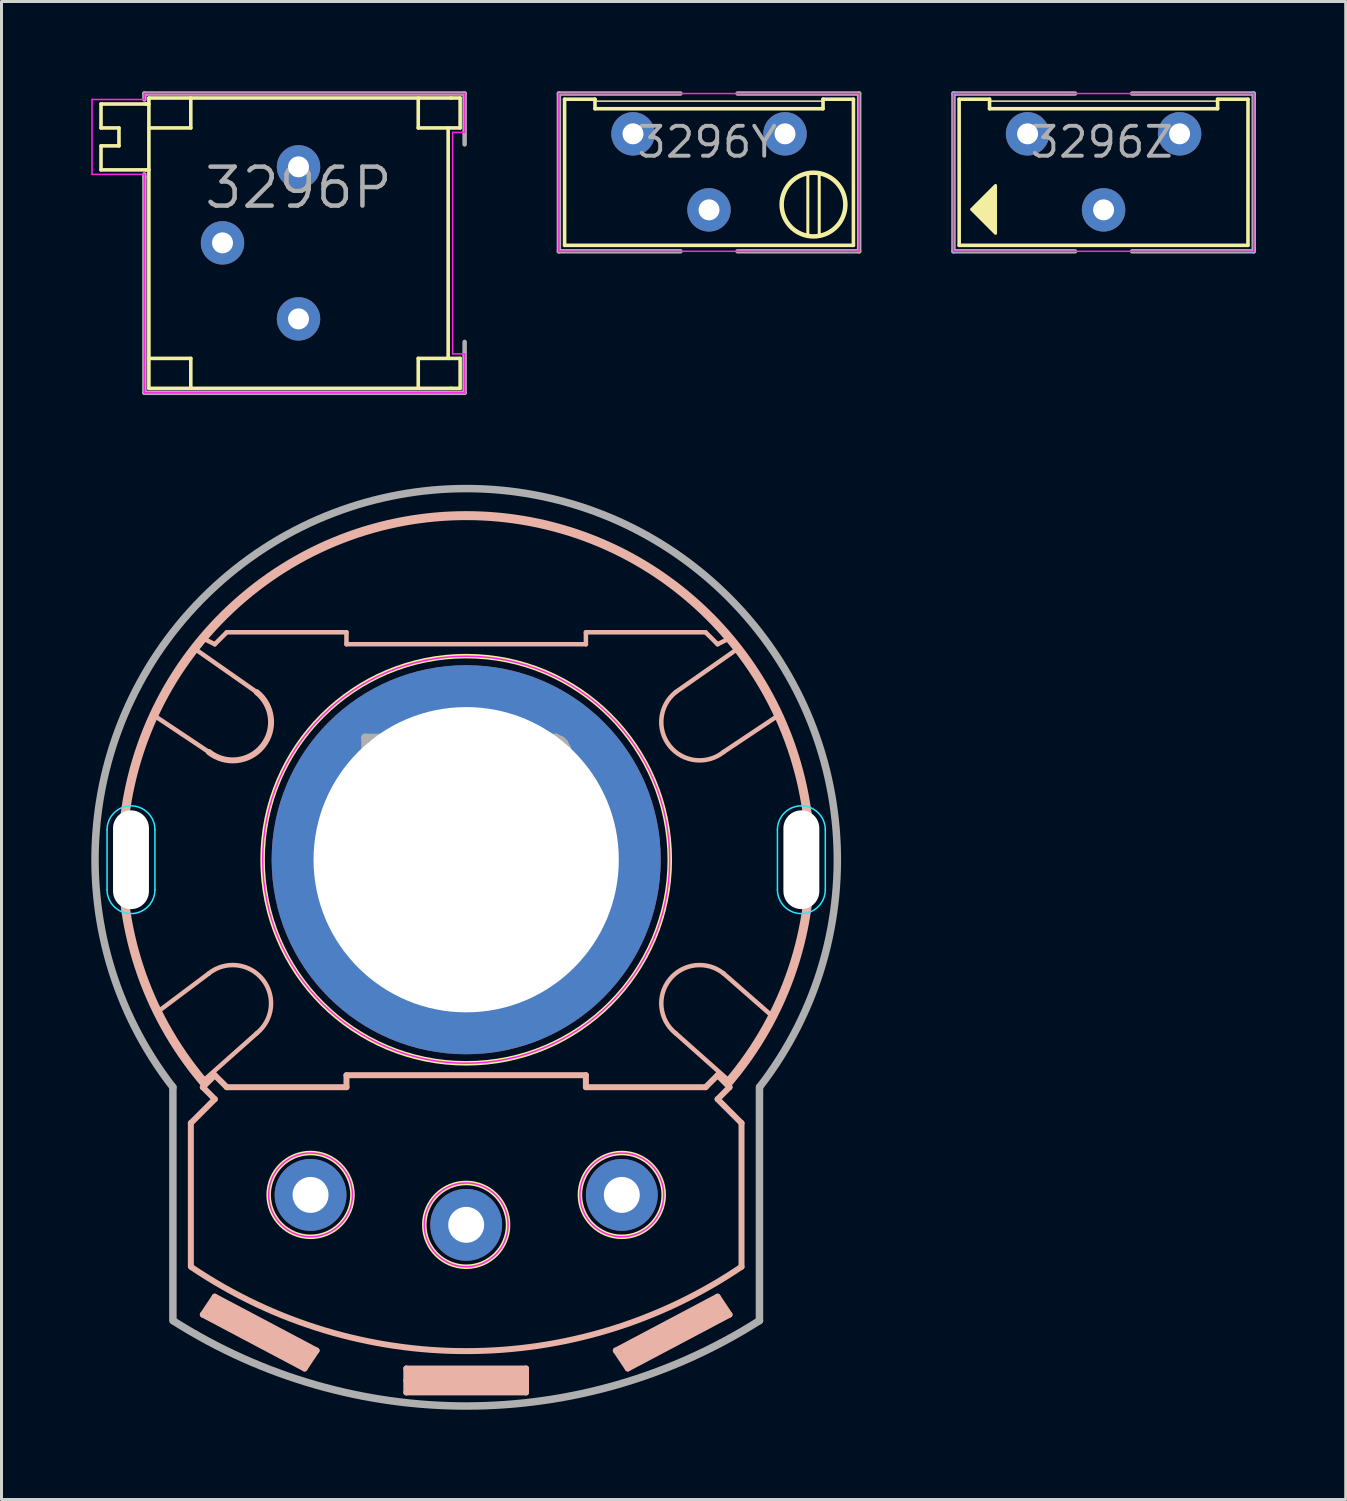
<source format=kicad_pcb>
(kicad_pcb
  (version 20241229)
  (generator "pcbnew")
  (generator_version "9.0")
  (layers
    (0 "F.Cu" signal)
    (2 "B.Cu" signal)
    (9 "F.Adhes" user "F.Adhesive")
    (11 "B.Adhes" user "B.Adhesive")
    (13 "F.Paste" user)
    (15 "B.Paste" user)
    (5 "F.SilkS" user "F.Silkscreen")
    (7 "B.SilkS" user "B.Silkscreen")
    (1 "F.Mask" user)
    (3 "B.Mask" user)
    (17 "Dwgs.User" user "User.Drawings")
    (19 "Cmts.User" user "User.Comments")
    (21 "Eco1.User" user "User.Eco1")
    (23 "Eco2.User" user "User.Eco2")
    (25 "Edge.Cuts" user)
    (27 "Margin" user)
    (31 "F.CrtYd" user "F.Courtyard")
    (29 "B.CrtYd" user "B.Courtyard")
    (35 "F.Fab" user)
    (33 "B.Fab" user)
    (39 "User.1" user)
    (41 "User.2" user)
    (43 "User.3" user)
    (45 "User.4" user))
  (footprint "3296P"
    (layer "F.Cu")
    (at 6.925 5.025)
    (property "Reference" "3296P" (at 0 -1.8 0) (layer "F.Fab") (effects (font (size 1.3 1.3) (thickness 0.15))))
    (attr through_hole)
    (fp_line (start -6.6 -4.6) (end -6.6 -3.8) (stroke (width 0.12) (type solid)) (layer "F.SilkS"))
    (fp_line (start -6.6 -3.8) (end -6 -3.8) (stroke (width 0.12) (type solid)) (layer "F.SilkS"))
    (fp_line (start -6.6 -3.2) (end -6.6 -2.4) (stroke (width 0.12) (type solid)) (layer "F.SilkS"))
    (fp_line (start -6.6 -2.4) (end -5.1 -2.4) (stroke (width 0.12) (type solid)) (layer "F.SilkS"))
    (fp_line (start -6 -3.8) (end -6 -3.2) (stroke (width 0.12) (type solid)) (layer "F.SilkS"))
    (fp_line (start -6 -3.2) (end -6.6 -3.2) (stroke (width 0.12) (type solid)) (layer "F.SilkS"))
    (fp_line (start -5.1 -4.6) (end -6.6 -4.6) (stroke (width 0.12) (type solid)) (layer "F.SilkS"))
    (fp_line (start -5.1 -4.6) (end -5.05 -4.6) (stroke (width 0.12) (type solid)) (layer "F.SilkS"))
    (fp_line (start -5.1 -2.4) (end -5 -2.4) (stroke (width 0.12) (type solid)) (layer "F.SilkS"))
    (fp_line (start -5.05 -4.6) (end -5 -4.6) (stroke (width 0.12) (type solid)) (layer "F.SilkS"))
    (fp_line (start -5 -4.8) (end 5.1 -4.8) (stroke (width 0.12) (type solid)) (layer "F.SilkS"))
    (fp_line (start -5 4.9) (end -5 -4.8) (stroke (width 0.12) (type solid)) (layer "F.SilkS"))
    (fp_line (start -5 4.9) (end 5.1 4.9) (stroke (width 0.12) (type solid)) (layer "F.SilkS"))
    (fp_line (start -3.6 -4.8) (end -3.6 -3.8) (stroke (width 0.12) (type solid)) (layer "F.SilkS"))
    (fp_line (start -3.6 -3.8) (end -5 -3.8) (stroke (width 0.12) (type solid)) (layer "F.SilkS"))
    (fp_line (start -3.6 3.9) (end -5 3.9) (stroke (width 0.12) (type solid)) (layer "F.SilkS"))
    (fp_line (start -3.6 3.9) (end -3.6 4.9) (stroke (width 0.12) (type solid)) (layer "F.SilkS"))
    (fp_line (start 4 -4.8) (end 4 -3.8) (stroke (width 0.12) (type solid)) (layer "F.SilkS"))
    (fp_line (start 4 3.9) (end 4 4.9) (stroke (width 0.12) (type solid)) (layer "F.SilkS"))
    (fp_line (start 5 3.9) (end 5 -3.8) (stroke (width 0.12) (type solid)) (layer "F.SilkS"))
    (fp_line (start 5.1 -4.8) (end 5.4 -4.8) (stroke (width 0.12) (type solid)) (layer "F.SilkS"))
    (fp_line (start 5.4 -4.8) (end 5.4 -3.8) (stroke (width 0.12) (type solid)) (layer "F.SilkS"))
    (fp_line (start 5.4 -3.8) (end 4 -3.8) (stroke (width 0.12) (type solid)) (layer "F.SilkS"))
    (fp_line (start 5.4 3.9) (end 4 3.9) (stroke (width 0.12) (type solid)) (layer "F.SilkS"))
    (fp_line (start 5.4 3.9) (end 5.4 4.9) (stroke (width 0.12) (type solid)) (layer "F.SilkS"))
    (fp_line (start 5.4 4.9) (end 5.1 4.9) (stroke (width 0.12) (type solid)) (layer "F.SilkS"))
    (fp_line (start -6.9 -4.75) (end -6.9 -2.25) (stroke (width 0.05) (type solid)) (layer "F.CrtYd"))
    (fp_line (start -6.9 -2.25) (end -5.15 -2.25) (stroke (width 0.05) (type solid)) (layer "F.CrtYd"))
    (fp_line (start -5.15 -4.95) (end -5.15 -4.75) (stroke (width 0.05) (type solid)) (layer "F.CrtYd"))
    (fp_line (start -5.15 -4.75) (end -6.9 -4.75) (stroke (width 0.05) (type solid)) (layer "F.CrtYd"))
    (fp_line (start -5.15 -2.25) (end -5.15 5.05) (stroke (width 0.05) (type solid)) (layer "F.CrtYd"))
    (fp_line (start -5.15 5.05) (end 5.55 5.05) (stroke (width 0.05) (type solid)) (layer "F.CrtYd"))
    (fp_line (start 5.15 -3.65) (end 5.55 -3.65) (stroke (width 0.05) (type solid)) (layer "F.CrtYd"))
    (fp_line (start 5.15 3.75) (end 5.15 -3.65) (stroke (width 0.05) (type solid)) (layer "F.CrtYd"))
    (fp_line (start 5.55 -4.95) (end -5.15 -4.95) (stroke (width 0.05) (type solid)) (layer "F.CrtYd"))
    (fp_line (start 5.55 -3.65) (end 5.55 -4.95) (stroke (width 0.05) (type solid)) (layer "F.CrtYd"))
    (fp_line (start 5.55 3.75) (end 5.15 3.75) (stroke (width 0.05) (type solid)) (layer "F.CrtYd"))
    (fp_line (start 5.55 5.05) (end 5.55 3.75) (stroke (width 0.05) (type solid)) (layer "F.CrtYd"))
    (fp_line (start -5.15 -4.95) (end -5.15 -4.75) (stroke (width 0.15) (type solid)) (layer "F.Fab"))
    (fp_line (start -5.15 -2.15) (end -5.15 -2.25) (stroke (width 0.15) (type solid)) (layer "F.Fab"))
    (fp_line (start -5.15 -2.15) (end -5.15 5.05) (stroke (width 0.15) (type solid)) (layer "F.Fab"))
    (fp_line (start -5.15 5.05) (end 5.55 5.05) (stroke (width 0.15) (type solid)) (layer "F.Fab"))
    (fp_line (start 5.55 -4.95) (end -5.15 -4.95) (stroke (width 0.15) (type solid)) (layer "F.Fab"))
    (fp_line (start 5.55 -3.25) (end 5.55 -4.95) (stroke (width 0.15) (type solid)) (layer "F.Fab"))
    (fp_line (start 5.55 5.05) (end 5.55 3.35) (stroke (width 0.15) (type solid)) (layer "F.Fab"))
    (pad "1" thru_hole circle (at 0 -2.5) (size 1.45 1.45) (drill 0.7) (layers "*.Cu" "*.Mask"))
    (pad "2" thru_hole circle (at -2.54 0.04) (size 1.45 1.45) (drill 0.7) (layers "*.Cu" "*.Mask"))
    (pad "3" thru_hole circle (at 0 2.58) (size 1.45 1.45) (drill 0.7) (layers "*.Cu" "*.Mask")))
  (footprint "3296Y"
    (layer "F.Cu")
    (at 20.631 2.747)
    (property "Reference" "3296Y" (at -0.05 -1.05 0) (layer "F.Fab") (effects (font (size 1 1) (thickness 0.13))))
    (attr through_hole)
    (fp_line (start -4.816 -2.482) (end -3.8 -2.482) (stroke (width 0.12) (type solid)) (layer "F.SilkS"))
    (fp_line (start -4.815 2.4) (end -4.816 -2.482) (stroke (width 0.12) (type solid)) (layer "F.SilkS"))
    (fp_line (start -4.815 2.4) (end 4.835 2.4) (stroke (width 0.12) (type solid)) (layer "F.SilkS"))
    (fp_line (start -3.8 -2.482) (end -3.8 -2.164) (stroke (width 0.12) (type solid)) (layer "F.SilkS"))
    (fp_line (start -3.8 -2.418) (end 3.82 -2.418) (stroke (width 0.05) (type solid)) (layer "F.SilkS"))
    (fp_line (start -3.8 -2.164) (end 3.82 -2.164) (stroke (width 0.12) (type solid)) (layer "F.SilkS"))
    (fp_line (start 3.312 0.072) (end 3.312 2.104) (stroke (width 0.1) (type solid)) (layer "F.SilkS"))
    (fp_line (start 3.693 2.104) (end 3.693 0.072) (stroke (width 0.1) (type solid)) (layer "F.SilkS"))
    (fp_line (start 3.82 -2.482) (end 4.836 -2.482) (stroke (width 0.12) (type solid)) (layer "F.SilkS"))
    (fp_line (start 3.82 -2.164) (end 3.82 -2.482) (stroke (width 0.12) (type solid)) (layer "F.SilkS"))
    (fp_line (start 4.835 2.4) (end 4.836 -2.482) (stroke (width 0.12) (type solid)) (layer "F.SilkS"))
    (fp_circle (center 3.502 1.038) (end 3.82 2.054) (stroke (width 0.15) (type solid)) (fill no) (layer "F.SilkS"))
    (fp_line (start -5.006 -2.672) (end -5.006 2.6) (stroke (width 0.05) (type solid)) (layer "F.CrtYd"))
    (fp_line (start -5.006 -2.672) (end 5.027 -2.672) (stroke (width 0.05) (type solid)) (layer "F.CrtYd"))
    (fp_line (start 5.027 -2.672) (end 5.027 2.6) (stroke (width 0.05) (type solid)) (layer "F.CrtYd"))
    (fp_line (start 5.027 2.6) (end -5.006 2.6) (stroke (width 0.05) (type solid)) (layer "F.CrtYd"))
    (fp_line (start -5.006 -2.672) (end -5.006 2.6) (stroke (width 0.15) (type solid)) (layer "F.Fab"))
    (fp_line (start -0.943 -2.672) (end -5.006 -2.672) (stroke (width 0.15) (type solid)) (layer "F.Fab"))
    (fp_line (start -0.943 2.6) (end -5.006 2.6) (stroke (width 0.15) (type solid)) (layer "F.Fab"))
    (fp_line (start 5.027 -2.672) (end 0.963 -2.672) (stroke (width 0.15) (type solid)) (layer "F.Fab"))
    (fp_line (start 5.027 -2.672) (end 5.027 2.6) (stroke (width 0.15) (type solid)) (layer "F.Fab"))
    (fp_line (start 5.027 2.6) (end 0.963 2.6) (stroke (width 0.15) (type solid)) (layer "F.Fab"))
    (pad "1" thru_hole circle (at 2.55 -1.325) (size 1.45 1.45) (drill 0.7) (layers "*.Cu" "*.Mask"))
    (pad "2" thru_hole circle (at 0.01 1.215) (size 1.45 1.45) (drill 0.7) (layers "*.Cu" "*.Mask"))
    (pad "3" thru_hole circle (at -2.53 -1.325) (size 1.45 1.45) (drill 0.7) (layers "*.Cu" "*.Mask")))
  (footprint "P230"
    (layer "F.Cu")
    (at 12.527 25.677)
    (property "Reference" "P230" (at 0 -3 0) (layer "F.Fab") (effects (font (size 2 2) (thickness 0.25))))
    (attr through_hole)
    (fp_circle (center -5.2 11.2) (end -3.8 11.2) (stroke (width 0.15) (type solid)) (fill no) (layer "F.SilkS"))
    (fp_circle (center 0 0) (end 6.803 0) (stroke (width 0.15) (type solid)) (fill no) (layer "F.SilkS"))
    (fp_circle (center 0 12.2) (end 1.4 12.2) (stroke (width 0.15) (type solid)) (fill no) (layer "F.SilkS"))
    (fp_circle (center 5.2 11.2) (end 6.6 11.2) (stroke (width 0.15) (type solid)) (fill no) (layer "F.SilkS"))
    (fp_line (start -9.2 8.8) (end -9.2 13.6) (stroke (width 0.2) (type solid)) (layer "B.SilkS"))
    (fp_line (start -9.2 8.8) (end -8.4 8) (stroke (width 0.2) (type solid)) (layer "B.SilkS"))
    (fp_line (start -8.8 7.6) (end -8.4 7.2) (stroke (width 0.2) (type solid)) (layer "B.SilkS"))
    (fp_line (start -8.8 15.2) (end -8.4 14.6) (stroke (width 0.2) (type solid)) (layer "B.SilkS"))
    (fp_line (start -8.8 15.2) (end -5.4 17) (stroke (width 0.2) (type solid)) (layer "B.SilkS"))
    (fp_line (start -8.6 -3.6) (end -10.4 -4.8) (stroke (width 0.15) (type solid)) (layer "B.SilkS"))
    (fp_line (start -8.6 3.8) (end -10.2 5) (stroke (width 0.15) (type solid)) (layer "B.SilkS"))
    (fp_line (start -8.4 -7.2) (end -8.8 -7.4) (stroke (width 0.15) (type solid)) (layer "B.SilkS"))
    (fp_line (start -8.4 7.2) (end -8 7.6) (stroke (width 0.2) (type solid)) (layer "B.SilkS"))
    (fp_line (start -8.4 8) (end -8.8 7.6) (stroke (width 0.2) (type solid)) (layer "B.SilkS"))
    (fp_line (start -8.4 15) (end -5.4 16.6) (stroke (width 0.6) (type solid)) (layer "B.SilkS"))
    (fp_line (start -8 -7.6) (end -8.4 -7.2) (stroke (width 0.15) (type solid)) (layer "B.SilkS"))
    (fp_line (start -8 7.6) (end -4 7.6) (stroke (width 0.2) (type solid)) (layer "B.SilkS"))
    (fp_line (start -7 -5.6) (end -9 -7) (stroke (width 0.15) (type solid)) (layer "B.SilkS"))
    (fp_line (start -7 5.8) (end -8.8 7.4) (stroke (width 0.15) (type solid)) (layer "B.SilkS"))
    (fp_line (start -5.4 17) (end -5 16.4) (stroke (width 0.2) (type solid)) (layer "B.SilkS"))
    (fp_line (start -5 16.4) (end -8.4 14.6) (stroke (width 0.2) (type solid)) (layer "B.SilkS"))
    (fp_line (start -4 -7.6) (end -8 -7.6) (stroke (width 0.15) (type solid)) (layer "B.SilkS"))
    (fp_line (start -4 -7.2) (end -4 -7.6) (stroke (width 0.15) (type solid)) (layer "B.SilkS"))
    (fp_line (start -4 -7.2) (end 4 -7.2) (stroke (width 0.15) (type solid)) (layer "B.SilkS"))
    (fp_line (start -4 7.2) (end -4 7.6) (stroke (width 0.2) (type solid)) (layer "B.SilkS"))
    (fp_line (start -4 7.2) (end 4 7.2) (stroke (width 0.2) (type solid)) (layer "B.SilkS"))
    (fp_line (start -2 17) (end -2 17.8) (stroke (width 0.2) (type solid)) (layer "B.SilkS"))
    (fp_line (start -2 17) (end 2 17) (stroke (width 0.2) (type solid)) (layer "B.SilkS"))
    (fp_line (start -1.8 17.2) (end 1.8 17.2) (stroke (width 0.4) (type solid)) (layer "B.SilkS"))
    (fp_line (start -1.8 17.6) (end 1.8 17.6) (stroke (width 0.4) (type solid)) (layer "B.SilkS"))
    (fp_line (start 2 17) (end 2 17.8) (stroke (width 0.2) (type solid)) (layer "B.SilkS"))
    (fp_line (start 2 17.4) (end -2 17.4) (stroke (width 0.2) (type solid)) (layer "B.SilkS"))
    (fp_line (start 2 17.8) (end -2 17.8) (stroke (width 0.2) (type solid)) (layer "B.SilkS"))
    (fp_line (start 4 -7.6) (end 8 -7.6) (stroke (width 0.15) (type solid)) (layer "B.SilkS"))
    (fp_line (start 4 -7.2) (end 4 -7.6) (stroke (width 0.15) (type solid)) (layer "B.SilkS"))
    (fp_line (start 4 7.2) (end 4 7.6) (stroke (width 0.2) (type solid)) (layer "B.SilkS"))
    (fp_line (start 4 7.6) (end 8 7.6) (stroke (width 0.2) (type solid)) (layer "B.SilkS"))
    (fp_line (start 5 16.4) (end 8.4 14.6) (stroke (width 0.2) (type solid)) (layer "B.SilkS"))
    (fp_line (start 5.4 16.6) (end 8.4 15) (stroke (width 0.6) (type solid)) (layer "B.SilkS"))
    (fp_line (start 5.4 17) (end 5 16.4) (stroke (width 0.2) (type solid)) (layer "B.SilkS"))
    (fp_line (start 7 -5.6) (end 9 -7) (stroke (width 0.15) (type solid)) (layer "B.SilkS"))
    (fp_line (start 7 5.8) (end 8.8 7.4) (stroke (width 0.15) (type solid)) (layer "B.SilkS"))
    (fp_line (start 8 -7.6) (end 8.4 -7.2) (stroke (width 0.15) (type solid)) (layer "B.SilkS"))
    (fp_line (start 8 7.6) (end 8.4 7.2) (stroke (width 0.2) (type solid)) (layer "B.SilkS"))
    (fp_line (start 8.4 -7.2) (end 8.8 -7.4) (stroke (width 0.15) (type solid)) (layer "B.SilkS"))
    (fp_line (start 8.4 7.2) (end 8.8 7.6) (stroke (width 0.2) (type solid)) (layer "B.SilkS"))
    (fp_line (start 8.4 8) (end 9.2 8.8) (stroke (width 0.2) (type solid)) (layer "B.SilkS"))
    (fp_line (start 8.4 14.6) (end 8.8 15.2) (stroke (width 0.2) (type solid)) (layer "B.SilkS"))
    (fp_line (start 8.6 -3.6) (end 10.4 -4.8) (stroke (width 0.15) (type solid)) (layer "B.SilkS"))
    (fp_line (start 8.6 3.8) (end 10.2 5.2) (stroke (width 0.15) (type solid)) (layer "B.SilkS"))
    (fp_line (start 8.8 7.6) (end 8.4 8) (stroke (width 0.2) (type solid)) (layer "B.SilkS"))
    (fp_line (start 8.8 15.2) (end 5.4 17) (stroke (width 0.2) (type solid)) (layer "B.SilkS"))
    (fp_line (start 9.2 8.8) (end 9.2 13.6) (stroke (width 0.2) (type solid)) (layer "B.SilkS"))
    (fp_arc (start -8.8 7.4) (mid 0.037971 -11.497763) (end 8.750932 7.457961) (stroke (width 0.3) (type solid)) (layer "B.SilkS"))
    (fp_arc (start -8.6 3.8) (mid -6.8 4) (end -7 5.8) (stroke (width 0.15) (type solid)) (layer "B.SilkS"))
    (fp_arc (start -7 -5.6) (mid -6.8 -3.8) (end -8.6 -3.6) (stroke (width 0.2) (type solid)) (layer "B.SilkS"))
    (fp_arc (start 7 5.8) (mid 6.8 4) (end 8.6 3.8) (stroke (width 0.15) (type solid)) (layer "B.SilkS"))
    (fp_arc (start 8.6 -3.6) (mid 6.8 -3.8) (end 7 -5.6) (stroke (width 0.15) (type solid)) (layer "B.SilkS"))
    (fp_arc (start 9.2 13.6) (mid 0.022122 16.419486) (end -9.16332 13.624741) (stroke (width 0.2) (type solid)) (layer "B.SilkS"))
    (fp_line (start -12 -1) (end -12 1) (stroke (width 0.05) (type solid)) (layer "B.CrtYd"))
    (fp_line (start -10.4 -1) (end -10.4 1) (stroke (width 0.05) (type solid)) (layer "B.CrtYd"))
    (fp_line (start 10.4 -1) (end 10.4 1) (stroke (width 0.05) (type solid)) (layer "B.CrtYd"))
    (fp_line (start 12 -1) (end 12 1) (stroke (width 0.05) (type solid)) (layer "B.CrtYd"))
    (fp_arc (start -12 -1) (mid -11.2 -1.8) (end -10.4 -1) (stroke (width 0.05) (type solid)) (layer "B.CrtYd"))
    (fp_arc (start -10.4 1) (mid -11.2 1.8) (end -12 1) (stroke (width 0.05) (type solid)) (layer "B.CrtYd"))
    (fp_arc (start 10.4 -1) (mid 11.2 -1.8) (end 12 -1) (stroke (width 0.05) (type solid)) (layer "B.CrtYd"))
    (fp_arc (start 12 1) (mid 11.2 1.8) (end 10.4 1) (stroke (width 0.05) (type solid)) (layer "B.CrtYd"))
    (fp_circle (center -5.2 11.2) (end -3.8 11.2) (stroke (width 0.05) (type solid)) (fill no) (layer "F.CrtYd"))
    (fp_circle (center 0 0) (end 6.8 0) (stroke (width 0.05) (type solid)) (fill no) (layer "F.CrtYd"))
    (fp_circle (center 0 12.2) (end 1.4 12.2) (stroke (width 0.05) (type solid)) (fill no) (layer "F.CrtYd"))
    (fp_circle (center 5.2 11.2) (end 6.6 11.2) (stroke (width 0.05) (type solid)) (fill no) (layer "F.CrtYd"))
    (fp_line (start -9.8 7.6) (end -9.8 15.4) (stroke (width 0.25) (type solid)) (layer "F.Fab"))
    (fp_line (start 9.8 7.6) (end 9.8 15.4) (stroke (width 0.25) (type solid)) (layer "F.Fab"))
    (fp_arc (start -9.8 7.6) (mid -0.009511 -12.401609) (end 9.811646 7.584959) (stroke (width 0.25) (type solid)) (layer "F.Fab"))
    (fp_arc (start 9.8 15.4) (mid 0.022681 18.253753) (end -9.7617 15.424306) (stroke (width 0.25) (type solid)) (layer "F.Fab"))
    (pad "" np_thru_hole oval (at -11.2 0) (size 1.2 3.3) (drill oval 1.2 3.3) (layers "*.Cu" "*.Mask"))
    (pad "" np_thru_hole oval (at 11.2 0) (size 1.2 3.3) (drill oval 1.2 3.3) (layers "*.Cu" "*.Mask"))
    (pad "0" thru_hole circle (at 0 0) (size 13 13) (drill 10.2) (layers "*.Cu" "*.Mask"))
    (pad "1" thru_hole circle (at -5.2 11.2) (size 2.4 2.4) (drill 1.2) (layers "*.Cu" "*.Mask"))
    (pad "2" thru_hole circle (at 0 12.2) (size 2.4 2.4) (drill 1.2) (layers "*.Cu" "*.Mask"))
    (pad "3" thru_hole circle (at 5.2 11.2) (size 2.4 2.4) (drill 1.2) (layers "*.Cu" "*.Mask")))
  (footprint "3296Z"
    (layer "F.Cu")
    (at 33.815 2.747)
    (property "Reference" "3296Z" (at -0.05 -1.05 0) (layer "F.Fab") (effects (font (size 1 1) (thickness 0.13))))
    (attr through_hole)
    (fp_line (start -4.816 -2.482) (end -3.8 -2.482) (stroke (width 0.12) (type solid)) (layer "F.SilkS"))
    (fp_line (start -4.815 2.4) (end -4.816 -2.482) (stroke (width 0.12) (type solid)) (layer "F.SilkS"))
    (fp_line (start -4.815 2.4) (end 4.835 2.4) (stroke (width 0.12) (type solid)) (layer "F.SilkS"))
    (fp_line (start -3.8 -2.482) (end -3.8 -2.164) (stroke (width 0.12) (type solid)) (layer "F.SilkS"))
    (fp_line (start -3.8 -2.418) (end 3.82 -2.418) (stroke (width 0.05) (type solid)) (layer "F.SilkS"))
    (fp_line (start -3.8 -2.164) (end 3.82 -2.164) (stroke (width 0.12) (type solid)) (layer "F.SilkS"))
    (fp_line (start 3.82 -2.482) (end 4.836 -2.482) (stroke (width 0.12) (type solid)) (layer "F.SilkS"))
    (fp_line (start 3.82 -2.164) (end 3.82 -2.482) (stroke (width 0.12) (type solid)) (layer "F.SilkS"))
    (fp_line (start 4.835 2.4) (end 4.836 -2.482) (stroke (width 0.12) (type solid)) (layer "F.SilkS"))
    (fp_poly (pts (xy -3.6 2) (xy -4.4 1.2) (xy -3.6 0.4)) (stroke (width 0.1) (type solid)) (fill yes) (layer "F.SilkS"))
    (fp_line (start -5.006 -2.672) (end -5.006 2.6) (stroke (width 0.05) (type solid)) (layer "F.CrtYd"))
    (fp_line (start -5.006 -2.672) (end 5.027 -2.672) (stroke (width 0.05) (type solid)) (layer "F.CrtYd"))
    (fp_line (start 5.027 -2.672) (end 5.027 2.6) (stroke (width 0.05) (type solid)) (layer "F.CrtYd"))
    (fp_line (start 5.027 2.6) (end -5.006 2.6) (stroke (width 0.05) (type solid)) (layer "F.CrtYd"))
    (fp_line (start -5.006 -2.672) (end -5.006 2.6) (stroke (width 0.15) (type solid)) (layer "F.Fab"))
    (fp_line (start -0.943 -2.672) (end -5.006 -2.672) (stroke (width 0.15) (type solid)) (layer "F.Fab"))
    (fp_line (start -0.943 2.6) (end -5.006 2.6) (stroke (width 0.15) (type solid)) (layer "F.Fab"))
    (fp_line (start 5.027 -2.672) (end 0.963 -2.672) (stroke (width 0.15) (type solid)) (layer "F.Fab"))
    (fp_line (start 5.027 -2.672) (end 5.027 2.6) (stroke (width 0.15) (type solid)) (layer "F.Fab"))
    (fp_line (start 5.027 2.6) (end 0.963 2.6) (stroke (width 0.15) (type solid)) (layer "F.Fab"))
    (pad "1" thru_hole circle (at 2.55 -1.325) (size 1.45 1.45) (drill 0.7) (layers "*.Cu" "*.Mask"))
    (pad "2" thru_hole circle (at 0.01 1.215) (size 1.45 1.45) (drill 0.7) (layers "*.Cu" "*.Mask"))
    (pad "3" thru_hole circle (at -2.53 -1.325) (size 1.45 1.45) (drill 0.7) (layers "*.Cu" "*.Mask")))
  (gr_rect
    (start -3 -3)
    (end 41.916 47.055)
    (stroke (width 0.1) (type default))
    (fill no)
    (layer "Edge.Cuts")))
</source>
